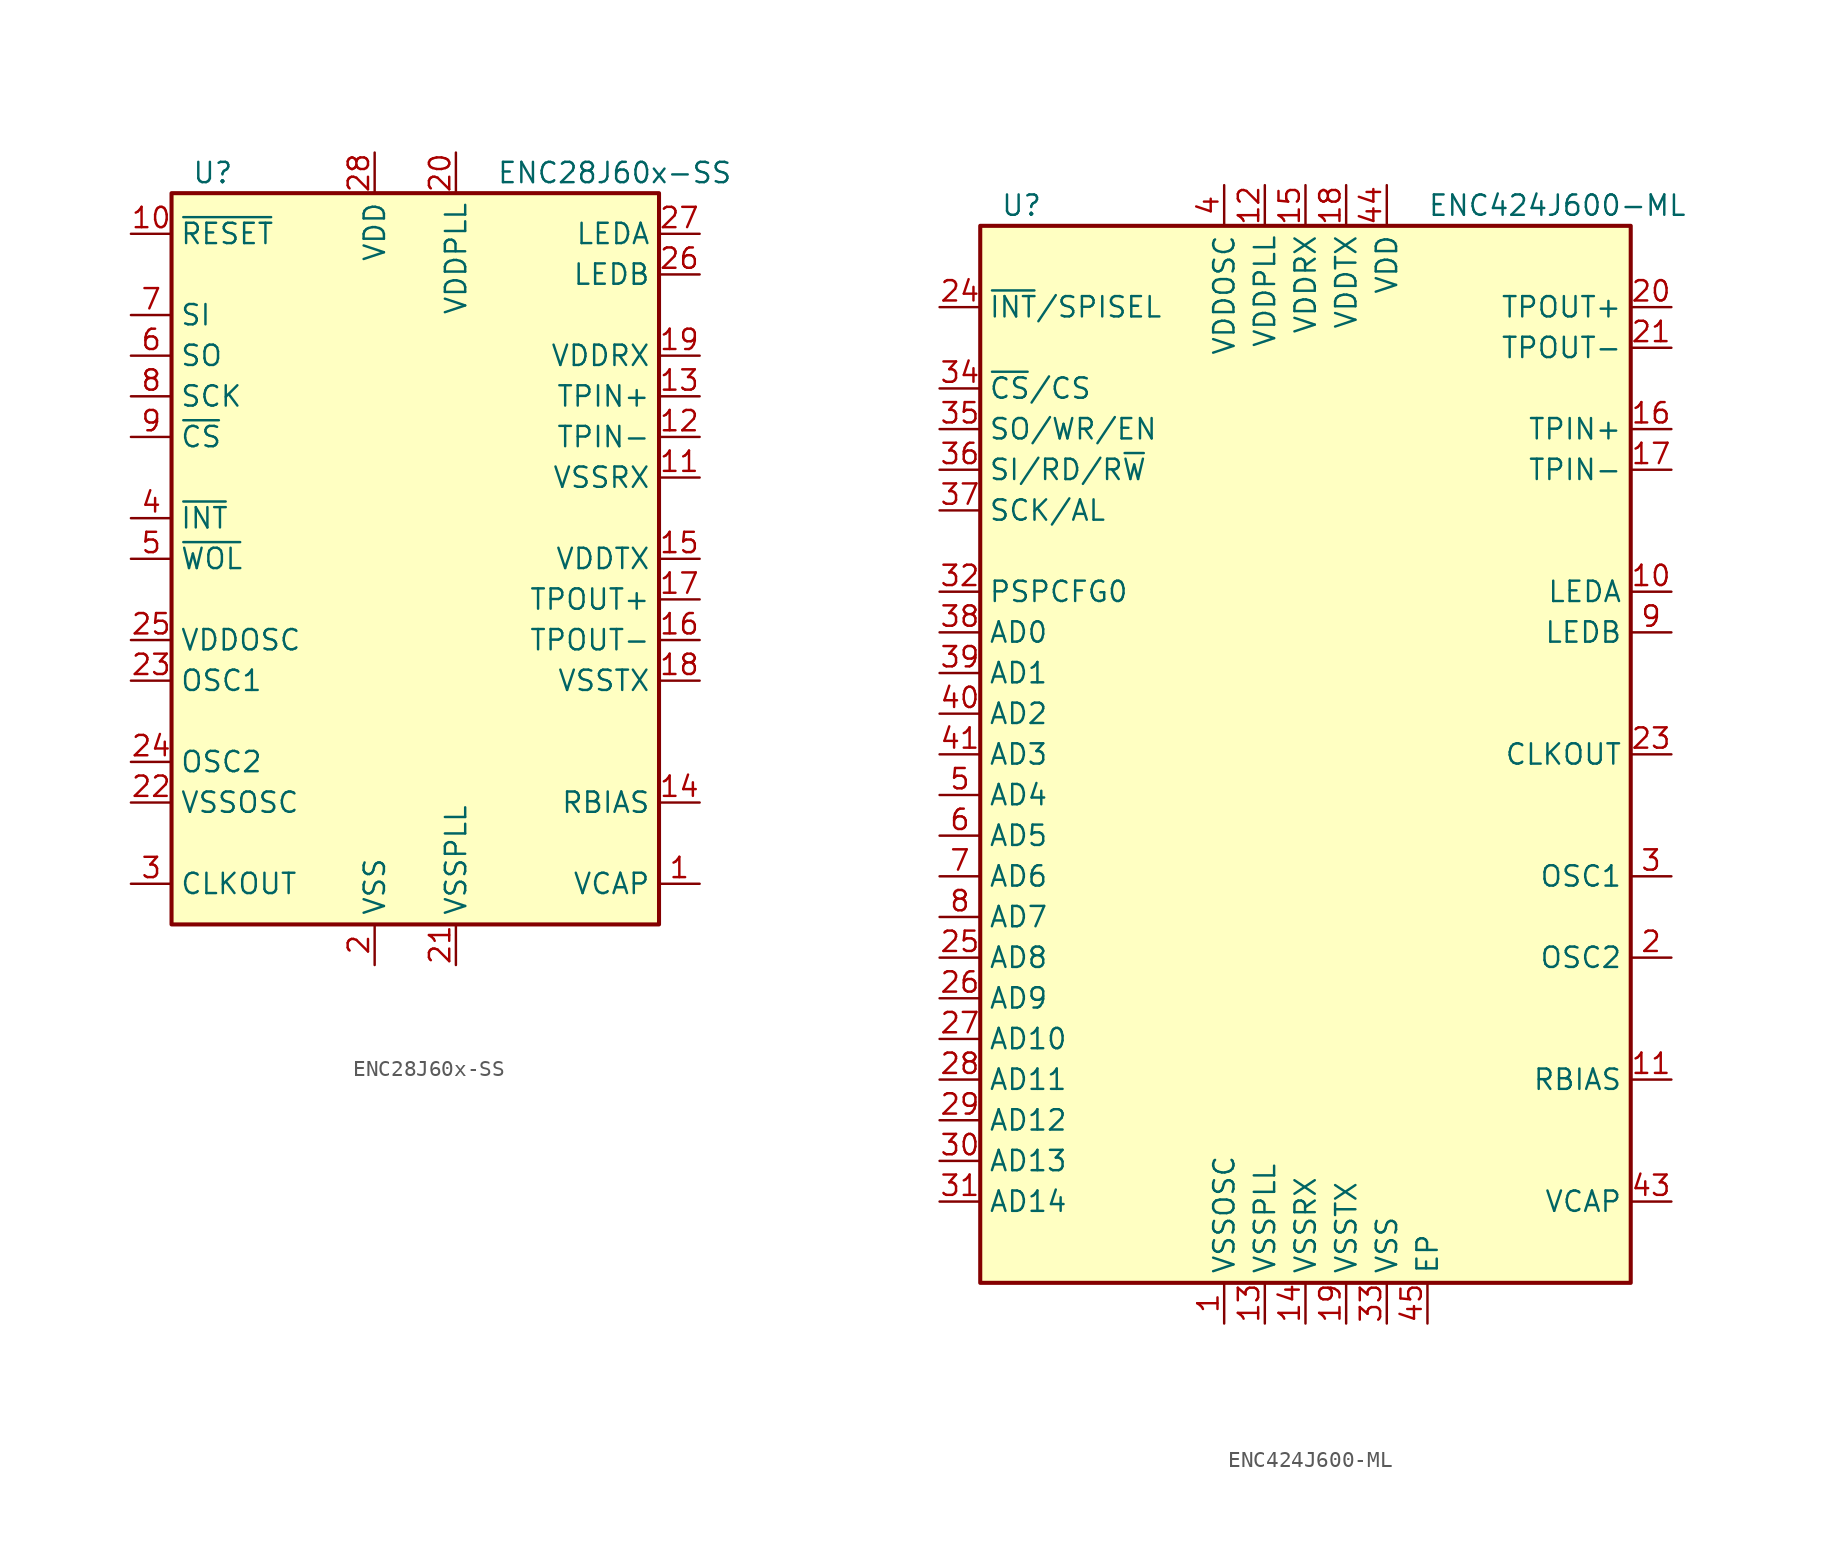
<source format=kicad_sym>
(kicad_symbol_lib
  (version 20241209)
  (generator "kicad_symbol_editor")
  (generator_version "9.0")
  (symbol "ENC28J60x-SS"
    (property "Reference" "U"
      (at -13.97 24.13 0)
      (effects (font (size 1.27 1.27)) (justify left)))
    (property "Value" "ENC28J60x-SS"
      (at 5.08 24.13 0)
      (effects (font (size 1.27 1.27)) (justify left)))
    (symbol "ENC28J60x-SS_0_1"
      (rectangle (start -15.24 22.86) (end 15.24 -22.86) (stroke (width 0.254) (type default)) (fill (type background))))
    (symbol "ENC28J60x-SS_1_1"
      (pin input line (at -17.78 20.32 0) (length 2.54) (name "~{RESET}" (effects (font (size 1.27 1.27)))) (number "10" (effects (font (size 1.27 1.27)))))
      (pin input line (at -17.78 15.24 0) (length 2.54) (name "SI" (effects (font (size 1.27 1.27)))) (number "7" (effects (font (size 1.27 1.27)))))
      (pin output line (at -17.78 12.7 0) (length 2.54) (name "SO" (effects (font (size 1.27 1.27)))) (number "6" (effects (font (size 1.27 1.27)))))
      (pin input line (at -17.78 10.16 0) (length 2.54) (name "SCK" (effects (font (size 1.27 1.27)))) (number "8" (effects (font (size 1.27 1.27)))))
      (pin input line (at -17.78 7.62 0) (length 2.54) (name "~{CS}" (effects (font (size 1.27 1.27)))) (number "9" (effects (font (size 1.27 1.27)))))
      (pin output line (at -17.78 2.54 0) (length 2.54) (name "~{INT}" (effects (font (size 1.27 1.27)))) (number "4" (effects (font (size 1.27 1.27)))))
      (pin output line (at -17.78 0 0) (length 2.54) (name "~{WOL}" (effects (font (size 1.27 1.27)))) (number "5" (effects (font (size 1.27 1.27)))))
      (pin power_in line (at -17.78 -5.08 0) (length 2.54) (name "VDDOSC" (effects (font (size 1.27 1.27)))) (number "25" (effects (font (size 1.27 1.27)))))
      (pin input line (at -17.78 -7.62 0) (length 2.54) (name "OSC1" (effects (font (size 1.27 1.27)))) (number "23" (effects (font (size 1.27 1.27)))))
      (pin input line (at -17.78 -12.7 0) (length 2.54) (name "OSC2" (effects (font (size 1.27 1.27)))) (number "24" (effects (font (size 1.27 1.27)))))
      (pin power_in line (at -17.78 -15.24 0) (length 2.54) (name "VSSOSC" (effects (font (size 1.27 1.27)))) (number "22" (effects (font (size 1.27 1.27)))))
      (pin output line (at -17.78 -20.32 0) (length 2.54) (name "CLKOUT" (effects (font (size 1.27 1.27)))) (number "3" (effects (font (size 1.27 1.27)))))
      (pin power_in line (at -2.54 25.4 270) (length 2.54) (name "VDD" (effects (font (size 1.27 1.27)))) (number "28" (effects (font (size 1.27 1.27)))))
      (pin power_in line (at -2.54 -25.4 90) (length 2.54) (name "VSS" (effects (font (size 1.27 1.27)))) (number "2" (effects (font (size 1.27 1.27)))))
      (pin power_in line (at 2.54 25.4 270) (length 2.54) (name "VDDPLL" (effects (font (size 1.27 1.27)))) (number "20" (effects (font (size 1.27 1.27)))))
      (pin power_in line (at 2.54 -25.4 90) (length 2.54) (name "VSSPLL" (effects (font (size 1.27 1.27)))) (number "21" (effects (font (size 1.27 1.27)))))
      (pin output line (at 17.78 20.32 180) (length 2.54) (name "LEDA" (effects (font (size 1.27 1.27)))) (number "27" (effects (font (size 1.27 1.27)))))
      (pin output line (at 17.78 17.78 180) (length 2.54) (name "LEDB" (effects (font (size 1.27 1.27)))) (number "26" (effects (font (size 1.27 1.27)))))
      (pin power_in line (at 17.78 12.7 180) (length 2.54) (name "VDDRX" (effects (font (size 1.27 1.27)))) (number "19" (effects (font (size 1.27 1.27)))))
      (pin input line (at 17.78 10.16 180) (length 2.54) (name "TPIN+" (effects (font (size 1.27 1.27)))) (number "13" (effects (font (size 1.27 1.27)))))
      (pin input line (at 17.78 7.62 180) (length 2.54) (name "TPIN-" (effects (font (size 1.27 1.27)))) (number "12" (effects (font (size 1.27 1.27)))))
      (pin power_in line (at 17.78 5.08 180) (length 2.54) (name "VSSRX" (effects (font (size 1.27 1.27)))) (number "11" (effects (font (size 1.27 1.27)))))
      (pin power_in line (at 17.78 0 180) (length 2.54) (name "VDDTX" (effects (font (size 1.27 1.27)))) (number "15" (effects (font (size 1.27 1.27)))))
      (pin output line (at 17.78 -2.54 180) (length 2.54) (name "TPOUT+" (effects (font (size 1.27 1.27)))) (number "17" (effects (font (size 1.27 1.27)))))
      (pin output line (at 17.78 -5.08 180) (length 2.54) (name "TPOUT-" (effects (font (size 1.27 1.27)))) (number "16" (effects (font (size 1.27 1.27)))))
      (pin power_in line (at 17.78 -7.62 180) (length 2.54) (name "VSSTX" (effects (font (size 1.27 1.27)))) (number "18" (effects (font (size 1.27 1.27)))))
      (pin input line (at 17.78 -15.24 180) (length 2.54) (name "RBIAS" (effects (font (size 1.27 1.27)))) (number "14" (effects (font (size 1.27 1.27)))))
      (pin input line (at 17.78 -20.32 180) (length 2.54) (name "VCAP" (effects (font (size 1.27 1.27)))) (number "1" (effects (font (size 1.27 1.27)))))))
  (symbol "ENC424J600-ML"
    (property "Reference" "U"
      (at -19.05 34.29 0)
      (effects (font (size 1.27 1.27)) (justify left)))
    (property "Value" "ENC424J600-ML"
      (at 7.62 34.29 0)
      (effects (font (size 1.27 1.27)) (justify left)))
    (symbol "ENC424J600-ML_0_1"
      (rectangle (start -20.32 33.02) (end 20.32 -33.02) (stroke (width 0.254) (type default)) (fill (type background))))
    (symbol "ENC424J600-ML_1_1"
      (pin bidirectional line (at -22.86 27.94 0) (length 2.54) (name "~{INT}/SPISEL" (effects (font (size 1.27 1.27)))) (number "24" (effects (font (size 1.27 1.27)))))
      (pin input line (at -22.86 22.86 0) (length 2.54) (name "~{CS}/CS" (effects (font (size 1.27 1.27)))) (number "34" (effects (font (size 1.27 1.27)))))
      (pin bidirectional line (at -22.86 20.32 0) (length 2.54) (name "SO/WR/EN" (effects (font (size 1.27 1.27)))) (number "35" (effects (font (size 1.27 1.27)))))
      (pin input line (at -22.86 17.78 0) (length 2.54) (name "SI/RD/R~{W}" (effects (font (size 1.27 1.27)))) (number "36" (effects (font (size 1.27 1.27)))))
      (pin input line (at -22.86 15.24 0) (length 2.54) (name "SCK/AL" (effects (font (size 1.27 1.27)))) (number "37" (effects (font (size 1.27 1.27)))))
      (pin input line (at -22.86 10.16 0) (length 2.54) (name "PSPCFG0" (effects (font (size 1.27 1.27)))) (number "32" (effects (font (size 1.27 1.27)))))
      (pin bidirectional line (at -22.86 7.62 0) (length 2.54) (name "AD0" (effects (font (size 1.27 1.27)))) (number "38" (effects (font (size 1.27 1.27)))))
      (pin input line (at -22.86 5.08 0) (length 2.54) (name "AD1" (effects (font (size 1.27 1.27)))) (number "39" (effects (font (size 1.27 1.27)))))
      (pin bidirectional line (at -22.86 2.54 0) (length 2.54) (name "AD2" (effects (font (size 1.27 1.27)))) (number "40" (effects (font (size 1.27 1.27)))))
      (pin bidirectional line (at -22.86 0 0) (length 2.54) (name "AD3" (effects (font (size 1.27 1.27)))) (number "41" (effects (font (size 1.27 1.27)))))
      (pin bidirectional line (at -22.86 -2.54 0) (length 2.54) (name "AD4" (effects (font (size 1.27 1.27)))) (number "5" (effects (font (size 1.27 1.27)))))
      (pin bidirectional line (at -22.86 -5.08 0) (length 2.54) (name "AD5" (effects (font (size 1.27 1.27)))) (number "6" (effects (font (size 1.27 1.27)))))
      (pin bidirectional line (at -22.86 -7.62 0) (length 2.54) (name "AD6" (effects (font (size 1.27 1.27)))) (number "7" (effects (font (size 1.27 1.27)))))
      (pin bidirectional line (at -22.86 -10.16 0) (length 2.54) (name "AD7" (effects (font (size 1.27 1.27)))) (number "8" (effects (font (size 1.27 1.27)))))
      (pin bidirectional line (at -22.86 -12.7 0) (length 2.54) (name "AD8" (effects (font (size 1.27 1.27)))) (number "25" (effects (font (size 1.27 1.27)))))
      (pin bidirectional line (at -22.86 -15.24 0) (length 2.54) (name "AD9" (effects (font (size 1.27 1.27)))) (number "26" (effects (font (size 1.27 1.27)))))
      (pin bidirectional line (at -22.86 -17.78 0) (length 2.54) (name "AD10" (effects (font (size 1.27 1.27)))) (number "27" (effects (font (size 1.27 1.27)))))
      (pin bidirectional line (at -22.86 -20.32 0) (length 2.54) (name "AD11" (effects (font (size 1.27 1.27)))) (number "28" (effects (font (size 1.27 1.27)))))
      (pin bidirectional line (at -22.86 -22.86 0) (length 2.54) (name "AD12" (effects (font (size 1.27 1.27)))) (number "29" (effects (font (size 1.27 1.27)))))
      (pin bidirectional line (at -22.86 -25.4 0) (length 2.54) (name "AD13" (effects (font (size 1.27 1.27)))) (number "30" (effects (font (size 1.27 1.27)))))
      (pin bidirectional line (at -22.86 -27.94 0) (length 2.54) (name "AD14" (effects (font (size 1.27 1.27)))) (number "31" (effects (font (size 1.27 1.27)))))
      (pin power_in line (at -5.08 35.56 270) (length 2.54) (name "VDDOSC" (effects (font (size 1.27 1.27)))) (number "4" (effects (font (size 1.27 1.27)))))
      (pin power_in line (at -5.08 -35.56 90) (length 2.54) (name "VSSOSC" (effects (font (size 1.27 1.27)))) (number "1" (effects (font (size 1.27 1.27)))))
      (pin power_in line (at -2.54 35.56 270) (length 2.54) (name "VDDPLL" (effects (font (size 1.27 1.27)))) (number "12" (effects (font (size 1.27 1.27)))))
      (pin power_in line (at -2.54 -35.56 90) (length 2.54) (name "VSSPLL" (effects (font (size 1.27 1.27)))) (number "13" (effects (font (size 1.27 1.27)))))
      (pin power_in line (at 0 35.56 270) (length 2.54) (name "VDDRX" (effects (font (size 1.27 1.27)))) (number "15" (effects (font (size 1.27 1.27)))))
      (pin power_in line (at 0 -35.56 90) (length 2.54) (name "VSSRX" (effects (font (size 1.27 1.27)))) (number "14" (effects (font (size 1.27 1.27)))))
      (pin power_in line (at 2.54 35.56 270) (length 2.54) (name "VDDTX" (effects (font (size 1.27 1.27)))) (number "18" (effects (font (size 1.27 1.27)))))
      (pin power_in line (at 2.54 -35.56 90) (length 2.54) (name "VSSTX" (effects (font (size 1.27 1.27)))) (number "19" (effects (font (size 1.27 1.27)))))
      (pin passive line (at 2.54 -35.56 90) (length 2.54) (hide yes) (name "VSSTX" (effects (font (size 1.27 1.27)))) (number "22" (effects (font (size 1.27 1.27)))))
      (pin power_in line (at 5.08 35.56 270) (length 2.54) (name "VDD" (effects (font (size 1.27 1.27)))) (number "44" (effects (font (size 1.27 1.27)))))
      (pin power_in line (at 5.08 -35.56 90) (length 2.54) (name "VSS" (effects (font (size 1.27 1.27)))) (number "33" (effects (font (size 1.27 1.27)))))
      (pin passive line (at 5.08 -35.56 90) (length 2.54) (hide yes) (name "VSS" (effects (font (size 1.27 1.27)))) (number "42" (effects (font (size 1.27 1.27)))))
      (pin power_in line (at 7.62 -35.56 90) (length 2.54) (name "EP" (effects (font (size 1.27 1.27)))) (number "45" (effects (font (size 1.27 1.27)))))
      (pin output line (at 22.86 27.94 180) (length 2.54) (name "TPOUT+" (effects (font (size 1.27 1.27)))) (number "20" (effects (font (size 1.27 1.27)))))
      (pin output line (at 22.86 25.4 180) (length 2.54) (name "TPOUT-" (effects (font (size 1.27 1.27)))) (number "21" (effects (font (size 1.27 1.27)))))
      (pin input line (at 22.86 20.32 180) (length 2.54) (name "TPIN+" (effects (font (size 1.27 1.27)))) (number "16" (effects (font (size 1.27 1.27)))))
      (pin input line (at 22.86 17.78 180) (length 2.54) (name "TPIN-" (effects (font (size 1.27 1.27)))) (number "17" (effects (font (size 1.27 1.27)))))
      (pin output line (at 22.86 10.16 180) (length 2.54) (name "LEDA" (effects (font (size 1.27 1.27)))) (number "10" (effects (font (size 1.27 1.27)))))
      (pin output line (at 22.86 7.62 180) (length 2.54) (name "LEDB" (effects (font (size 1.27 1.27)))) (number "9" (effects (font (size 1.27 1.27)))))
      (pin output line (at 22.86 0 180) (length 2.54) (name "CLKOUT" (effects (font (size 1.27 1.27)))) (number "23" (effects (font (size 1.27 1.27)))))
      (pin input line (at 22.86 -7.62 180) (length 2.54) (name "OSC1" (effects (font (size 1.27 1.27)))) (number "3" (effects (font (size 1.27 1.27)))))
      (pin output line (at 22.86 -12.7 180) (length 2.54) (name "OSC2" (effects (font (size 1.27 1.27)))) (number "2" (effects (font (size 1.27 1.27)))))
      (pin input line (at 22.86 -20.32 180) (length 2.54) (name "RBIAS" (effects (font (size 1.27 1.27)))) (number "11" (effects (font (size 1.27 1.27)))))
      (pin input line (at 22.86 -27.94 180) (length 2.54) (name "VCAP" (effects (font (size 1.27 1.27)))) (number "43" (effects (font (size 1.27 1.27))))))))
</source>
